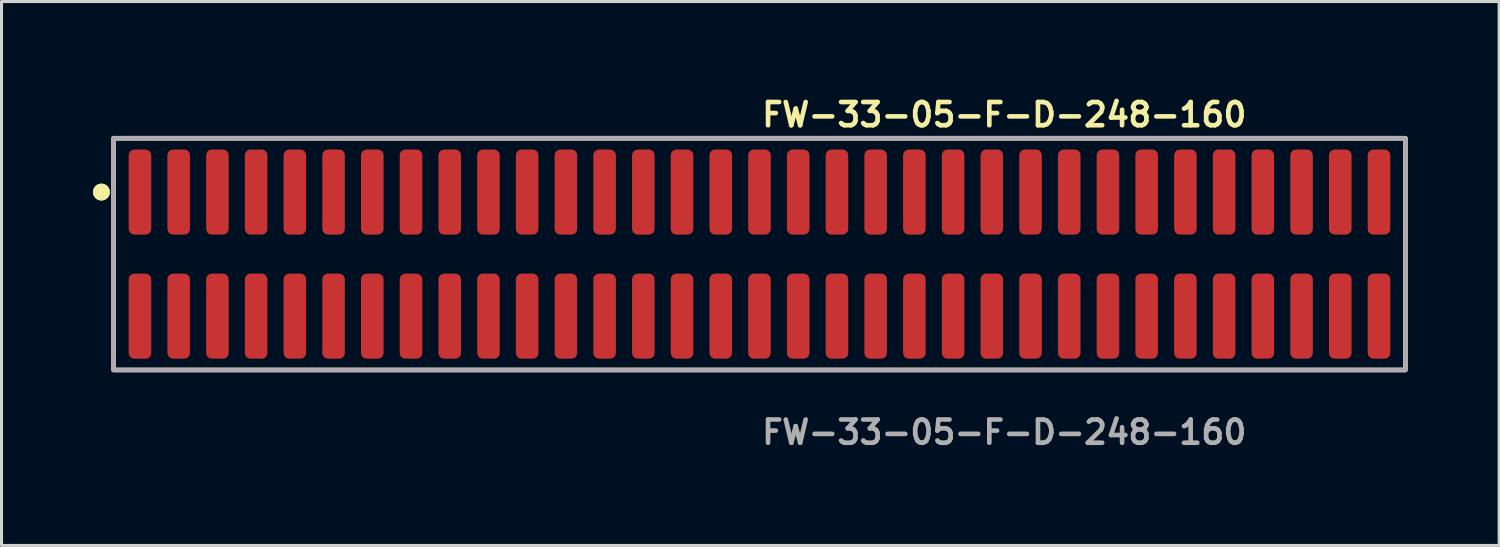
<source format=kicad_pcb>
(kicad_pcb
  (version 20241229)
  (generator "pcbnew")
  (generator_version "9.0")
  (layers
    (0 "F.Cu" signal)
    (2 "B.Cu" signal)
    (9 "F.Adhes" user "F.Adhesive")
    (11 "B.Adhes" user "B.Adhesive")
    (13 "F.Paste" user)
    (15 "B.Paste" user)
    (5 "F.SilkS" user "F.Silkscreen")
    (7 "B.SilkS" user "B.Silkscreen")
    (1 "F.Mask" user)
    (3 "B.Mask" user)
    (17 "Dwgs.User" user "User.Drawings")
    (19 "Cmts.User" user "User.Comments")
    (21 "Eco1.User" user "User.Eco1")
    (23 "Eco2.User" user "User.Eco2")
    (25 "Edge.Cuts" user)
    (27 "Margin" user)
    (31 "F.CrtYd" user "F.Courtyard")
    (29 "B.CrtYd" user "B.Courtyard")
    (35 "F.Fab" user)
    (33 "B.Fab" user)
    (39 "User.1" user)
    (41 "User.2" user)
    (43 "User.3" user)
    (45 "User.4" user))
  (footprint "FW-33-05-F-D-248-160"
    (layer "F.Cu")
    (at 21.861 5.285)
    (property "Reference" "FW-33-05-F-D-248-160" (at 0 -4.572 0) (unlocked yes) (layer "F.SilkS") (effects (font (size 0.762 0.762) (thickness 0.152)) (justify left)))
    (fp_rect (start -21.185 3.8) (end 21.185 -3.8) (stroke (width 0.152) (type solid)) (fill no) (layer "F.SilkS"))
    (fp_circle (center -21.585 -2.035) (end -21.785 -2.035) (stroke (width 0.152) (type solid)) (fill yes) (layer "F.SilkS"))
    (fp_circle (center -21.585 -2.035) (end -21.785 -2.035) (stroke (width 0.152) (type solid)) (fill yes) (layer "F.SilkS"))
    (fp_rect (start -21.185 3.8) (end 21.185 -3.8) (stroke (width 0.006) (type solid)) (fill no) (layer "F.CrtYd"))
    (fp_rect (start -21.185 3.8) (end 21.185 -3.8) (stroke (width 0.152) (type solid)) (fill no) (layer "F.Fab"))
    (fp_text user "${REFERENCE}" (at 0 5.842 0) (unlocked yes) (layer "F.Fab") (effects (font (size 0.762 0.762) (thickness 0.152)) (justify left)))
    (pad "1" smd roundrect (at -20.32 -2.035) (size 0.74 2.79) (layers "F.Cu" "F.Paste") (roundrect_rratio 0.25))
    (pad "2" smd roundrect (at -20.32 2.035) (size 0.74 2.79) (layers "F.Cu" "F.Paste") (roundrect_rratio 0.25))
    (pad "3" smd roundrect (at -19.05 -2.035) (size 0.74 2.79) (layers "F.Cu" "F.Paste") (roundrect_rratio 0.25))
    (pad "4" smd roundrect (at -19.05 2.035) (size 0.74 2.79) (layers "F.Cu" "F.Paste") (roundrect_rratio 0.25))
    (pad "5" smd roundrect (at -17.78 -2.035) (size 0.74 2.79) (layers "F.Cu" "F.Paste") (roundrect_rratio 0.25))
    (pad "6" smd roundrect (at -17.78 2.035) (size 0.74 2.79) (layers "F.Cu" "F.Paste") (roundrect_rratio 0.25))
    (pad "7" smd roundrect (at -16.51 -2.035) (size 0.74 2.79) (layers "F.Cu" "F.Paste") (roundrect_rratio 0.25))
    (pad "8" smd roundrect (at -16.51 2.035) (size 0.74 2.79) (layers "F.Cu" "F.Paste") (roundrect_rratio 0.25))
    (pad "9" smd roundrect (at -15.24 -2.035) (size 0.74 2.79) (layers "F.Cu" "F.Paste") (roundrect_rratio 0.25))
    (pad "10" smd roundrect (at -15.24 2.035) (size 0.74 2.79) (layers "F.Cu" "F.Paste") (roundrect_rratio 0.25))
    (pad "11" smd roundrect (at -13.97 -2.035) (size 0.74 2.79) (layers "F.Cu" "F.Paste") (roundrect_rratio 0.25))
    (pad "12" smd roundrect (at -13.97 2.035) (size 0.74 2.79) (layers "F.Cu" "F.Paste") (roundrect_rratio 0.25))
    (pad "13" smd roundrect (at -12.7 -2.035) (size 0.74 2.79) (layers "F.Cu" "F.Paste") (roundrect_rratio 0.25))
    (pad "14" smd roundrect (at -12.7 2.035) (size 0.74 2.79) (layers "F.Cu" "F.Paste") (roundrect_rratio 0.25))
    (pad "15" smd roundrect (at -11.43 -2.035) (size 0.74 2.79) (layers "F.Cu" "F.Paste") (roundrect_rratio 0.25))
    (pad "16" smd roundrect (at -11.43 2.035) (size 0.74 2.79) (layers "F.Cu" "F.Paste") (roundrect_rratio 0.25))
    (pad "17" smd roundrect (at -10.16 -2.035) (size 0.74 2.79) (layers "F.Cu" "F.Paste") (roundrect_rratio 0.25))
    (pad "18" smd roundrect (at -10.16 2.035) (size 0.74 2.79) (layers "F.Cu" "F.Paste") (roundrect_rratio 0.25))
    (pad "19" smd roundrect (at -8.89 -2.035) (size 0.74 2.79) (layers "F.Cu" "F.Paste") (roundrect_rratio 0.25))
    (pad "20" smd roundrect (at -8.89 2.035) (size 0.74 2.79) (layers "F.Cu" "F.Paste") (roundrect_rratio 0.25))
    (pad "21" smd roundrect (at -7.62 -2.035) (size 0.74 2.79) (layers "F.Cu" "F.Paste") (roundrect_rratio 0.25))
    (pad "22" smd roundrect (at -7.62 2.035) (size 0.74 2.79) (layers "F.Cu" "F.Paste") (roundrect_rratio 0.25))
    (pad "23" smd roundrect (at -6.35 -2.035) (size 0.74 2.79) (layers "F.Cu" "F.Paste") (roundrect_rratio 0.25))
    (pad "24" smd roundrect (at -6.35 2.035) (size 0.74 2.79) (layers "F.Cu" "F.Paste") (roundrect_rratio 0.25))
    (pad "25" smd roundrect (at -5.08 -2.035) (size 0.74 2.79) (layers "F.Cu" "F.Paste") (roundrect_rratio 0.25))
    (pad "26" smd roundrect (at -5.08 2.035) (size 0.74 2.79) (layers "F.Cu" "F.Paste") (roundrect_rratio 0.25))
    (pad "27" smd roundrect (at -3.81 -2.035) (size 0.74 2.79) (layers "F.Cu" "F.Paste") (roundrect_rratio 0.25))
    (pad "28" smd roundrect (at -3.81 2.035) (size 0.74 2.79) (layers "F.Cu" "F.Paste") (roundrect_rratio 0.25))
    (pad "29" smd roundrect (at -2.54 -2.035) (size 0.74 2.79) (layers "F.Cu" "F.Paste") (roundrect_rratio 0.25))
    (pad "30" smd roundrect (at -2.54 2.035) (size 0.74 2.79) (layers "F.Cu" "F.Paste") (roundrect_rratio 0.25))
    (pad "31" smd roundrect (at -1.27 -2.035) (size 0.74 2.79) (layers "F.Cu" "F.Paste") (roundrect_rratio 0.25))
    (pad "32" smd roundrect (at -1.27 2.035) (size 0.74 2.79) (layers "F.Cu" "F.Paste") (roundrect_rratio 0.25))
    (pad "33" smd roundrect (at 0 -2.035) (size 0.74 2.79) (layers "F.Cu" "F.Paste") (roundrect_rratio 0.25))
    (pad "34" smd roundrect (at 0 2.035) (size 0.74 2.79) (layers "F.Cu" "F.Paste") (roundrect_rratio 0.25))
    (pad "35" smd roundrect (at 1.27 -2.035) (size 0.74 2.79) (layers "F.Cu" "F.Paste") (roundrect_rratio 0.25))
    (pad "36" smd roundrect (at 1.27 2.035) (size 0.74 2.79) (layers "F.Cu" "F.Paste") (roundrect_rratio 0.25))
    (pad "37" smd roundrect (at 2.54 -2.035) (size 0.74 2.79) (layers "F.Cu" "F.Paste") (roundrect_rratio 0.25))
    (pad "38" smd roundrect (at 2.54 2.035) (size 0.74 2.79) (layers "F.Cu" "F.Paste") (roundrect_rratio 0.25))
    (pad "39" smd roundrect (at 3.81 -2.035) (size 0.74 2.79) (layers "F.Cu" "F.Paste") (roundrect_rratio 0.25))
    (pad "40" smd roundrect (at 3.81 2.035) (size 0.74 2.79) (layers "F.Cu" "F.Paste") (roundrect_rratio 0.25))
    (pad "41" smd roundrect (at 5.08 -2.035) (size 0.74 2.79) (layers "F.Cu" "F.Paste") (roundrect_rratio 0.25))
    (pad "42" smd roundrect (at 5.08 2.035) (size 0.74 2.79) (layers "F.Cu" "F.Paste") (roundrect_rratio 0.25))
    (pad "43" smd roundrect (at 6.35 -2.035) (size 0.74 2.79) (layers "F.Cu" "F.Paste") (roundrect_rratio 0.25))
    (pad "44" smd roundrect (at 6.35 2.035) (size 0.74 2.79) (layers "F.Cu" "F.Paste") (roundrect_rratio 0.25))
    (pad "45" smd roundrect (at 7.62 -2.035) (size 0.74 2.79) (layers "F.Cu" "F.Paste") (roundrect_rratio 0.25))
    (pad "46" smd roundrect (at 7.62 2.035) (size 0.74 2.79) (layers "F.Cu" "F.Paste") (roundrect_rratio 0.25))
    (pad "47" smd roundrect (at 8.89 -2.035) (size 0.74 2.79) (layers "F.Cu" "F.Paste") (roundrect_rratio 0.25))
    (pad "48" smd roundrect (at 8.89 2.035) (size 0.74 2.79) (layers "F.Cu" "F.Paste") (roundrect_rratio 0.25))
    (pad "49" smd roundrect (at 10.16 -2.035) (size 0.74 2.79) (layers "F.Cu" "F.Paste") (roundrect_rratio 0.25))
    (pad "50" smd roundrect (at 10.16 2.035) (size 0.74 2.79) (layers "F.Cu" "F.Paste") (roundrect_rratio 0.25))
    (pad "51" smd roundrect (at 11.43 -2.035) (size 0.74 2.79) (layers "F.Cu" "F.Paste") (roundrect_rratio 0.25))
    (pad "52" smd roundrect (at 11.43 2.035) (size 0.74 2.79) (layers "F.Cu" "F.Paste") (roundrect_rratio 0.25))
    (pad "53" smd roundrect (at 12.7 -2.035) (size 0.74 2.79) (layers "F.Cu" "F.Paste") (roundrect_rratio 0.25))
    (pad "54" smd roundrect (at 12.7 2.035) (size 0.74 2.79) (layers "F.Cu" "F.Paste") (roundrect_rratio 0.25))
    (pad "55" smd roundrect (at 13.97 -2.035) (size 0.74 2.79) (layers "F.Cu" "F.Paste") (roundrect_rratio 0.25))
    (pad "56" smd roundrect (at 13.97 2.035) (size 0.74 2.79) (layers "F.Cu" "F.Paste") (roundrect_rratio 0.25))
    (pad "57" smd roundrect (at 15.24 -2.035) (size 0.74 2.79) (layers "F.Cu" "F.Paste") (roundrect_rratio 0.25))
    (pad "58" smd roundrect (at 15.24 2.035) (size 0.74 2.79) (layers "F.Cu" "F.Paste") (roundrect_rratio 0.25))
    (pad "59" smd roundrect (at 16.51 -2.035) (size 0.74 2.79) (layers "F.Cu" "F.Paste") (roundrect_rratio 0.25))
    (pad "60" smd roundrect (at 16.51 2.035) (size 0.74 2.79) (layers "F.Cu" "F.Paste") (roundrect_rratio 0.25))
    (pad "61" smd roundrect (at 17.78 -2.035) (size 0.74 2.79) (layers "F.Cu" "F.Paste") (roundrect_rratio 0.25))
    (pad "62" smd roundrect (at 17.78 2.035) (size 0.74 2.79) (layers "F.Cu" "F.Paste") (roundrect_rratio 0.25))
    (pad "63" smd roundrect (at 19.05 -2.035) (size 0.74 2.79) (layers "F.Cu" "F.Paste") (roundrect_rratio 0.25))
    (pad "64" smd roundrect (at 19.05 2.035) (size 0.74 2.79) (layers "F.Cu" "F.Paste") (roundrect_rratio 0.25))
    (pad "65" smd roundrect (at 20.32 -2.035) (size 0.74 2.79) (layers "F.Cu" "F.Paste") (roundrect_rratio 0.25))
    (pad "66" smd roundrect (at 20.32 2.035) (size 0.74 2.79) (layers "F.Cu" "F.Paste") (roundrect_rratio 0.25)))
  (gr_rect
    (start -3 -3)
    (end 46.122 14.84)
    (stroke (width 0.1) (type default))
    (fill no)
    (layer "Edge.Cuts")))
</source>
